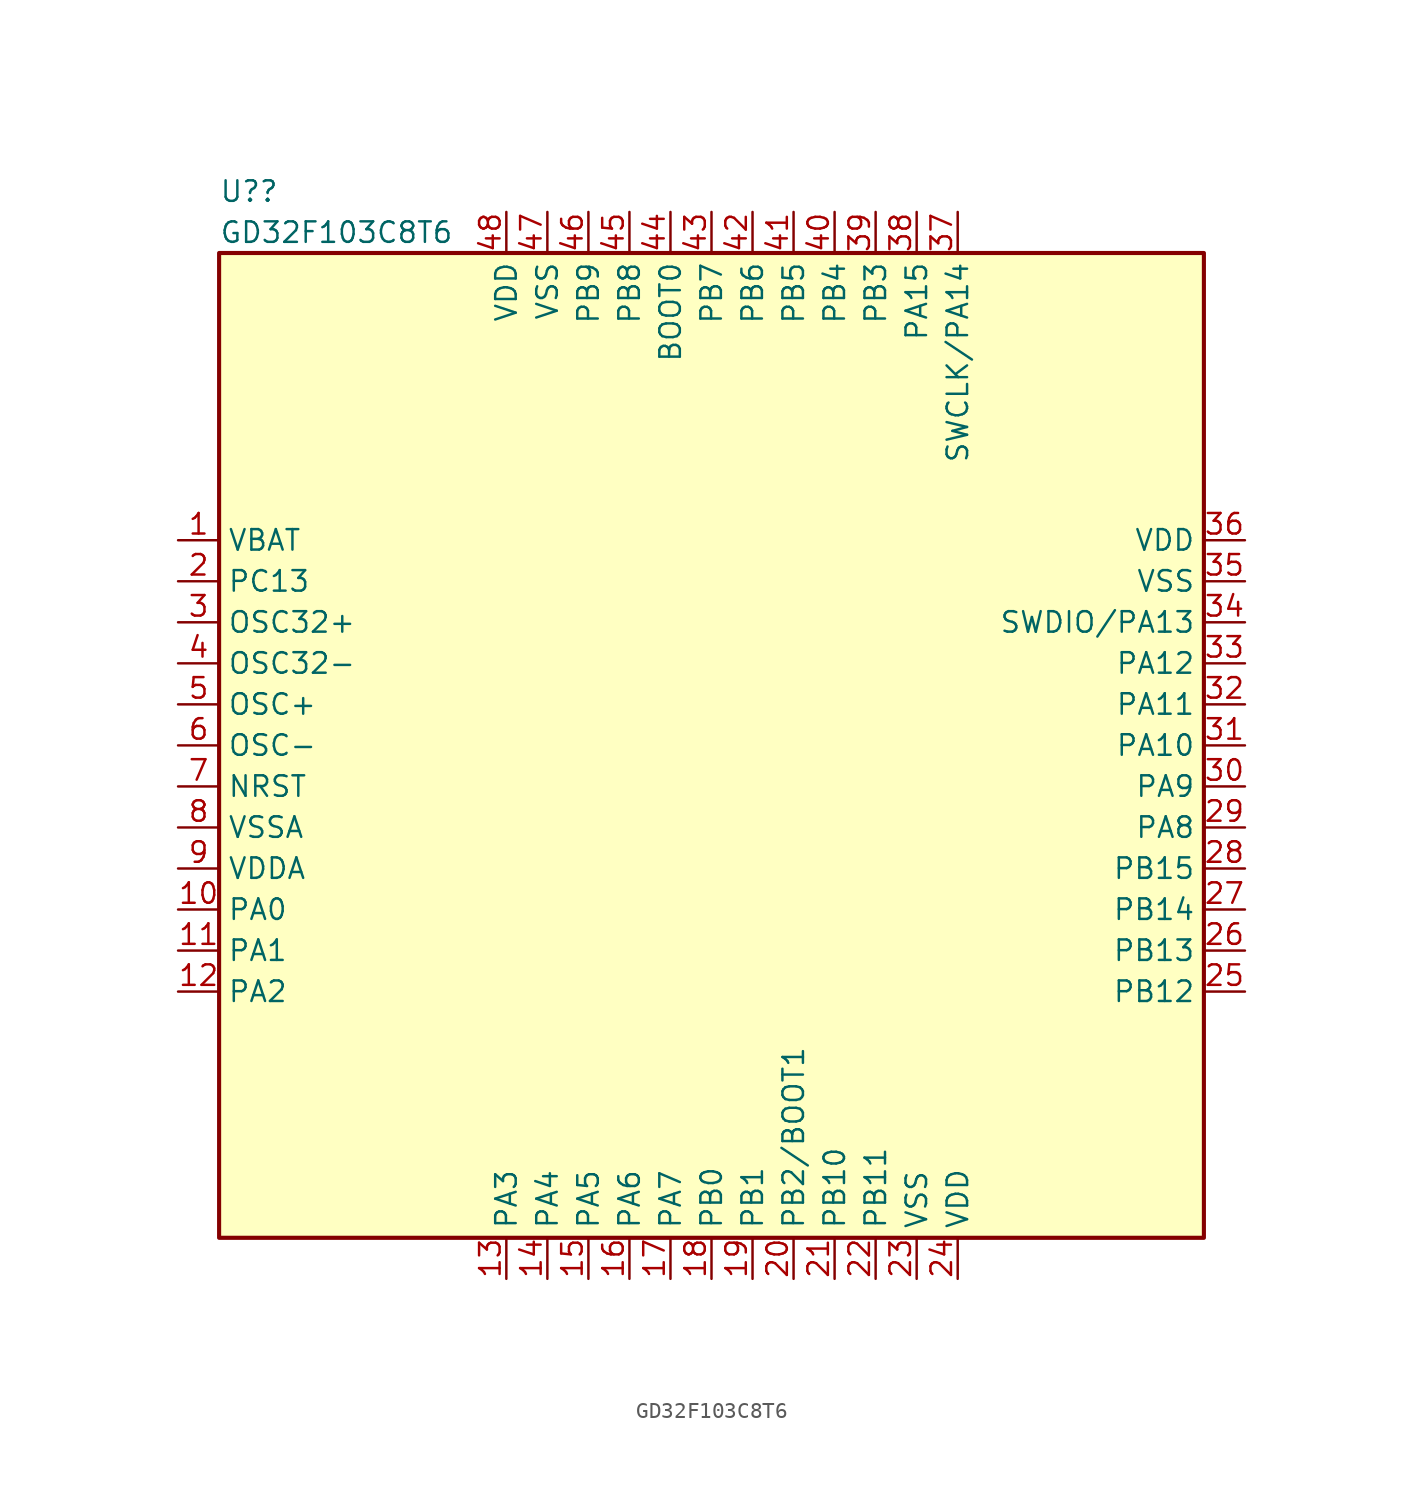
<source format=kicad_sym>
(kicad_symbol_lib
  (version 20220914)
  (generator kicad_symbol_editor)
  (symbol "GD32F103C8T6"
    (property "Reference" "U?"
      (at -30.48 34.29 0)
      (do_not_autoplace)
      (effects (font (size 1.27 1.27)) (justify left)))
    (property "Value" "GD32F103C8T6"
      (at -30.48 31.75 0)
      (do_not_autoplace)
      (effects (font (size 1.27 1.27)) (justify left)))
    (symbol "GD32F103C8T6_0_1"
      (rectangle (start -30.48 30.48) (end 30.48 -30.48) (stroke (width 0.254) (type default)) (fill (type background))))
    (symbol "GD32F103C8T6_1_1"
      (pin power_in line (at -33.02 12.7 0) (length 2.54) (name "VBAT" (effects (font (size 1.27 1.27)))) (number "1" (effects (font (size 1.27 1.27)))))
      (pin bidirectional line (at -33.02 -10.16 0) (length 2.54) (name "PA0" (effects (font (size 1.27 1.27)))) (number "10" (effects (font (size 1.27 1.27)))) (alternate "ADC1_IN0" bidirectional line) (alternate "ADC2_IN0" bidirectional line) (alternate "SYS_WKUP" bidirectional line) (alternate "TIM2_CH1" bidirectional line) (alternate "TIM2_ETR" bidirectional line) (alternate "USART2_CTS" bidirectional line))
      (pin bidirectional line (at -33.02 -12.7 0) (length 2.54) (name "PA1" (effects (font (size 1.27 1.27)))) (number "11" (effects (font (size 1.27 1.27)))) (alternate "ADC1_IN1" bidirectional line) (alternate "ADC2_IN1" bidirectional line) (alternate "TIM2_CH2" bidirectional line) (alternate "USART2_RTS" bidirectional line))
      (pin bidirectional line (at -33.02 -15.24 0) (length 2.54) (name "PA2" (effects (font (size 1.27 1.27)))) (number "12" (effects (font (size 1.27 1.27)))) (alternate "ADC1_IN2" bidirectional line) (alternate "ADC2_IN2" bidirectional line) (alternate "TIM2_CH3" bidirectional line) (alternate "USART2_TX" bidirectional line))
      (pin bidirectional line (at -12.7 -33.02 90) (length 2.54) (name "PA3" (effects (font (size 1.27 1.27)))) (number "13" (effects (font (size 1.27 1.27)))) (alternate "ADC1_IN3" bidirectional line) (alternate "ADC2_IN3" bidirectional line) (alternate "TIM2_CH4" bidirectional line) (alternate "USART2_RX" bidirectional line))
      (pin bidirectional line (at -10.16 -33.02 90) (length 2.54) (name "PA4" (effects (font (size 1.27 1.27)))) (number "14" (effects (font (size 1.27 1.27)))) (alternate "ADC1_IN4" bidirectional line) (alternate "ADC2_IN4" bidirectional line) (alternate "SPI1_NSS" bidirectional line) (alternate "USART2_CK" bidirectional line))
      (pin bidirectional line (at -7.62 -33.02 90) (length 2.54) (name "PA5" (effects (font (size 1.27 1.27)))) (number "15" (effects (font (size 1.27 1.27)))) (alternate "ADC1_IN5" bidirectional line) (alternate "ADC2_IN5" bidirectional line) (alternate "SPI1_SCK" bidirectional line))
      (pin bidirectional line (at -5.08 -33.02 90) (length 2.54) (name "PA6" (effects (font (size 1.27 1.27)))) (number "16" (effects (font (size 1.27 1.27)))) (alternate "ADC1_IN6" bidirectional line) (alternate "ADC2_IN6" bidirectional line) (alternate "SPI1_MISO" bidirectional line) (alternate "TIM1_BKIN" bidirectional line) (alternate "TIM3_CH1" bidirectional line))
      (pin bidirectional line (at -2.54 -33.02 90) (length 2.54) (name "PA7" (effects (font (size 1.27 1.27)))) (number "17" (effects (font (size 1.27 1.27)))) (alternate "ADC1_IN7" bidirectional line) (alternate "ADC2_IN7" bidirectional line) (alternate "SPI1_MOSI" bidirectional line) (alternate "TIM1_CH1N" bidirectional line) (alternate "TIM3_CH2" bidirectional line))
      (pin bidirectional line (at 0 -33.02 90) (length 2.54) (name "PB0" (effects (font (size 1.27 1.27)))) (number "18" (effects (font (size 1.27 1.27)))) (alternate "ADC1_IN8" bidirectional line) (alternate "ADC2_IN8" bidirectional line) (alternate "TIM1_CH2N" bidirectional line) (alternate "TIM3_CH3" bidirectional line))
      (pin bidirectional line (at 2.54 -33.02 90) (length 2.54) (name "PB1" (effects (font (size 1.27 1.27)))) (number "19" (effects (font (size 1.27 1.27)))) (alternate "ADC1_IN9" bidirectional line) (alternate "ADC2_IN9" bidirectional line) (alternate "TIM1_CH3N" bidirectional line) (alternate "TIM3_CH4" bidirectional line))
      (pin bidirectional line (at -33.02 10.16 0) (length 2.54) (name "PC13" (effects (font (size 1.27 1.27)))) (number "2" (effects (font (size 1.27 1.27)))) (alternate "RTC_OUT" bidirectional line) (alternate "RTC_TAMPER" bidirectional line))
      (pin bidirectional line (at 5.08 -33.02 90) (length 2.54) (name "PB2/BOOT1" (effects (font (size 1.27 1.27)))) (number "20" (effects (font (size 1.27 1.27)))))
      (pin bidirectional line (at 7.62 -33.02 90) (length 2.54) (name "PB10" (effects (font (size 1.27 1.27)))) (number "21" (effects (font (size 1.27 1.27)))) (alternate "I2C2_SCL" bidirectional line) (alternate "TIM2_CH3" bidirectional line) (alternate "USART3_TX" bidirectional line))
      (pin bidirectional line (at 10.16 -33.02 90) (length 2.54) (name "PB11" (effects (font (size 1.27 1.27)))) (number "22" (effects (font (size 1.27 1.27)))) (alternate "ADC1_EXTI11" bidirectional line) (alternate "ADC2_EXTI11" bidirectional line) (alternate "I2C2_SDA" bidirectional line) (alternate "TIM2_CH4" bidirectional line) (alternate "USART3_RX" bidirectional line))
      (pin power_in line (at 12.7 -33.02 90) (length 2.54) (name "VSS" (effects (font (size 1.27 1.27)))) (number "23" (effects (font (size 1.27 1.27)))))
      (pin power_in line (at 15.24 -33.02 90) (length 2.54) (name "VDD" (effects (font (size 1.27 1.27)))) (number "24" (effects (font (size 1.27 1.27)))))
      (pin bidirectional line (at 33.02 -15.24 180) (length 2.54) (name "PB12" (effects (font (size 1.27 1.27)))) (number "25" (effects (font (size 1.27 1.27)))) (alternate "I2C2_SMBA" bidirectional line) (alternate "SPI2_NSS" bidirectional line) (alternate "TIM1_BKIN" bidirectional line) (alternate "USART3_CK" bidirectional line))
      (pin bidirectional line (at 33.02 -12.7 180) (length 2.54) (name "PB13" (effects (font (size 1.27 1.27)))) (number "26" (effects (font (size 1.27 1.27)))) (alternate "SPI2_SCK" bidirectional line) (alternate "TIM1_CH1N" bidirectional line) (alternate "USART3_CTS" bidirectional line))
      (pin bidirectional line (at 33.02 -10.16 180) (length 2.54) (name "PB14" (effects (font (size 1.27 1.27)))) (number "27" (effects (font (size 1.27 1.27)))) (alternate "SPI2_MISO" bidirectional line) (alternate "TIM1_CH2N" bidirectional line) (alternate "USART3_RTS" bidirectional line))
      (pin bidirectional line (at 33.02 -7.62 180) (length 2.54) (name "PB15" (effects (font (size 1.27 1.27)))) (number "28" (effects (font (size 1.27 1.27)))) (alternate "ADC1_EXTI15" bidirectional line) (alternate "ADC2_EXTI15" bidirectional line) (alternate "SPI2_MOSI" bidirectional line) (alternate "TIM1_CH3N" bidirectional line))
      (pin bidirectional line (at 33.02 -5.08 180) (length 2.54) (name "PA8" (effects (font (size 1.27 1.27)))) (number "29" (effects (font (size 1.27 1.27)))) (alternate "RCC_MCO" bidirectional line) (alternate "TIM1_CH1" bidirectional line) (alternate "USART1_CK" bidirectional line))
      (pin bidirectional line (at -33.02 7.62 0) (length 2.54) (name "OSC32+" (effects (font (size 1.27 1.27)))) (number "3" (effects (font (size 1.27 1.27)))) (alternate "RCC_OSC32_IN" bidirectional line))
      (pin bidirectional line (at 33.02 -2.54 180) (length 2.54) (name "PA9" (effects (font (size 1.27 1.27)))) (number "30" (effects (font (size 1.27 1.27)))) (alternate "TIM1_CH2" bidirectional line) (alternate "USART1_TX" bidirectional line))
      (pin bidirectional line (at 33.02 0 180) (length 2.54) (name "PA10" (effects (font (size 1.27 1.27)))) (number "31" (effects (font (size 1.27 1.27)))) (alternate "TIM1_CH3" bidirectional line) (alternate "USART1_RX" bidirectional line))
      (pin bidirectional line (at 33.02 2.54 180) (length 2.54) (name "PA11" (effects (font (size 1.27 1.27)))) (number "32" (effects (font (size 1.27 1.27)))) (alternate "ADC1_EXTI11" bidirectional line) (alternate "ADC2_EXTI11" bidirectional line) (alternate "CAN_RX" bidirectional line) (alternate "TIM1_CH4" bidirectional line) (alternate "USART1_CTS" bidirectional line) (alternate "USB_DM" bidirectional line))
      (pin bidirectional line (at 33.02 5.08 180) (length 2.54) (name "PA12" (effects (font (size 1.27 1.27)))) (number "33" (effects (font (size 1.27 1.27)))) (alternate "CAN_TX" bidirectional line) (alternate "TIM1_ETR" bidirectional line) (alternate "USART1_RTS" bidirectional line) (alternate "USB_DP" bidirectional line))
      (pin bidirectional line (at 33.02 7.62 180) (length 2.54) (name "SWDIO/PA13" (effects (font (size 1.27 1.27)))) (number "34" (effects (font (size 1.27 1.27)))) (alternate "SYS_JTMS-SWDIO" bidirectional line))
      (pin passive line (at 33.02 10.16 180) (length 2.54) (name "VSS" (effects (font (size 1.27 1.27)))) (number "35" (effects (font (size 1.27 1.27)))))
      (pin power_in line (at 33.02 12.7 180) (length 2.54) (name "VDD" (effects (font (size 1.27 1.27)))) (number "36" (effects (font (size 1.27 1.27)))))
      (pin bidirectional line (at 15.24 33.02 270) (length 2.54) (name "SWCLK/PA14" (effects (font (size 1.27 1.27)))) (number "37" (effects (font (size 1.27 1.27)))) (alternate "SYS_JTCK-SWCLK" bidirectional line))
      (pin bidirectional line (at 12.7 33.02 270) (length 2.54) (name "PA15" (effects (font (size 1.27 1.27)))) (number "38" (effects (font (size 1.27 1.27)))) (alternate "ADC1_EXTI15" bidirectional line) (alternate "ADC2_EXTI15" bidirectional line) (alternate "SPI1_NSS" bidirectional line) (alternate "SYS_JTDI" bidirectional line) (alternate "TIM2_CH1" bidirectional line) (alternate "TIM2_ETR" bidirectional line))
      (pin bidirectional line (at 10.16 33.02 270) (length 2.54) (name "PB3" (effects (font (size 1.27 1.27)))) (number "39" (effects (font (size 1.27 1.27)))) (alternate "SPI1_SCK" bidirectional line) (alternate "SYS_JTDO-TRACESWO" bidirectional line) (alternate "TIM2_CH2" bidirectional line))
      (pin bidirectional line (at -33.02 5.08 0) (length 2.54) (name "OSC32-" (effects (font (size 1.27 1.27)))) (number "4" (effects (font (size 1.27 1.27)))) (alternate "ADC1_EXTI15" bidirectional line) (alternate "ADC2_EXTI15" bidirectional line) (alternate "RCC_OSC32_OUT" bidirectional line))
      (pin bidirectional line (at 7.62 33.02 270) (length 2.54) (name "PB4" (effects (font (size 1.27 1.27)))) (number "40" (effects (font (size 1.27 1.27)))) (alternate "SPI1_MISO" bidirectional line) (alternate "SYS_NJTRST" bidirectional line) (alternate "TIM3_CH1" bidirectional line))
      (pin bidirectional line (at 5.08 33.02 270) (length 2.54) (name "PB5" (effects (font (size 1.27 1.27)))) (number "41" (effects (font (size 1.27 1.27)))) (alternate "I2C1_SMBA" bidirectional line) (alternate "SPI1_MOSI" bidirectional line) (alternate "TIM3_CH2" bidirectional line))
      (pin bidirectional line (at 2.54 33.02 270) (length 2.54) (name "PB6" (effects (font (size 1.27 1.27)))) (number "42" (effects (font (size 1.27 1.27)))) (alternate "I2C1_SCL" bidirectional line) (alternate "TIM4_CH1" bidirectional line) (alternate "USART1_TX" bidirectional line))
      (pin bidirectional line (at 0 33.02 270) (length 2.54) (name "PB7" (effects (font (size 1.27 1.27)))) (number "43" (effects (font (size 1.27 1.27)))) (alternate "I2C1_SDA" bidirectional line) (alternate "TIM4_CH2" bidirectional line) (alternate "USART1_RX" bidirectional line))
      (pin input line (at -2.54 33.02 270) (length 2.54) (name "BOOT0" (effects (font (size 1.27 1.27)))) (number "44" (effects (font (size 1.27 1.27)))))
      (pin bidirectional line (at -5.08 33.02 270) (length 2.54) (name "PB8" (effects (font (size 1.27 1.27)))) (number "45" (effects (font (size 1.27 1.27)))) (alternate "CAN_RX" bidirectional line) (alternate "I2C1_SCL" bidirectional line) (alternate "TIM4_CH3" bidirectional line))
      (pin bidirectional line (at -7.62 33.02 270) (length 2.54) (name "PB9" (effects (font (size 1.27 1.27)))) (number "46" (effects (font (size 1.27 1.27)))) (alternate "CAN_TX" bidirectional line) (alternate "I2C1_SDA" bidirectional line) (alternate "TIM4_CH4" bidirectional line))
      (pin passive line (at -10.16 33.02 270) (length 2.54) (name "VSS" (effects (font (size 1.27 1.27)))) (number "47" (effects (font (size 1.27 1.27)))))
      (pin power_in line (at -12.7 33.02 270) (length 2.54) (name "VDD" (effects (font (size 1.27 1.27)))) (number "48" (effects (font (size 1.27 1.27)))))
      (pin bidirectional line (at -33.02 2.54 0) (length 2.54) (name "OSC+" (effects (font (size 1.27 1.27)))) (number "5" (effects (font (size 1.27 1.27)))) (alternate "RCC_OSC_IN" bidirectional line))
      (pin bidirectional line (at -33.02 0 0) (length 2.54) (name "OSC-" (effects (font (size 1.27 1.27)))) (number "6" (effects (font (size 1.27 1.27)))) (alternate "RCC_OSC_OUT" bidirectional line))
      (pin input line (at -33.02 -2.54 0) (length 2.54) (name "NRST" (effects (font (size 1.27 1.27)))) (number "7" (effects (font (size 1.27 1.27)))))
      (pin power_in line (at -33.02 -5.08 0) (length 2.54) (name "VSSA" (effects (font (size 1.27 1.27)))) (number "8" (effects (font (size 1.27 1.27)))))
      (pin power_in line (at -33.02 -7.62 0) (length 2.54) (name "VDDA" (effects (font (size 1.27 1.27)))) (number "9" (effects (font (size 1.27 1.27))))))))
</source>
